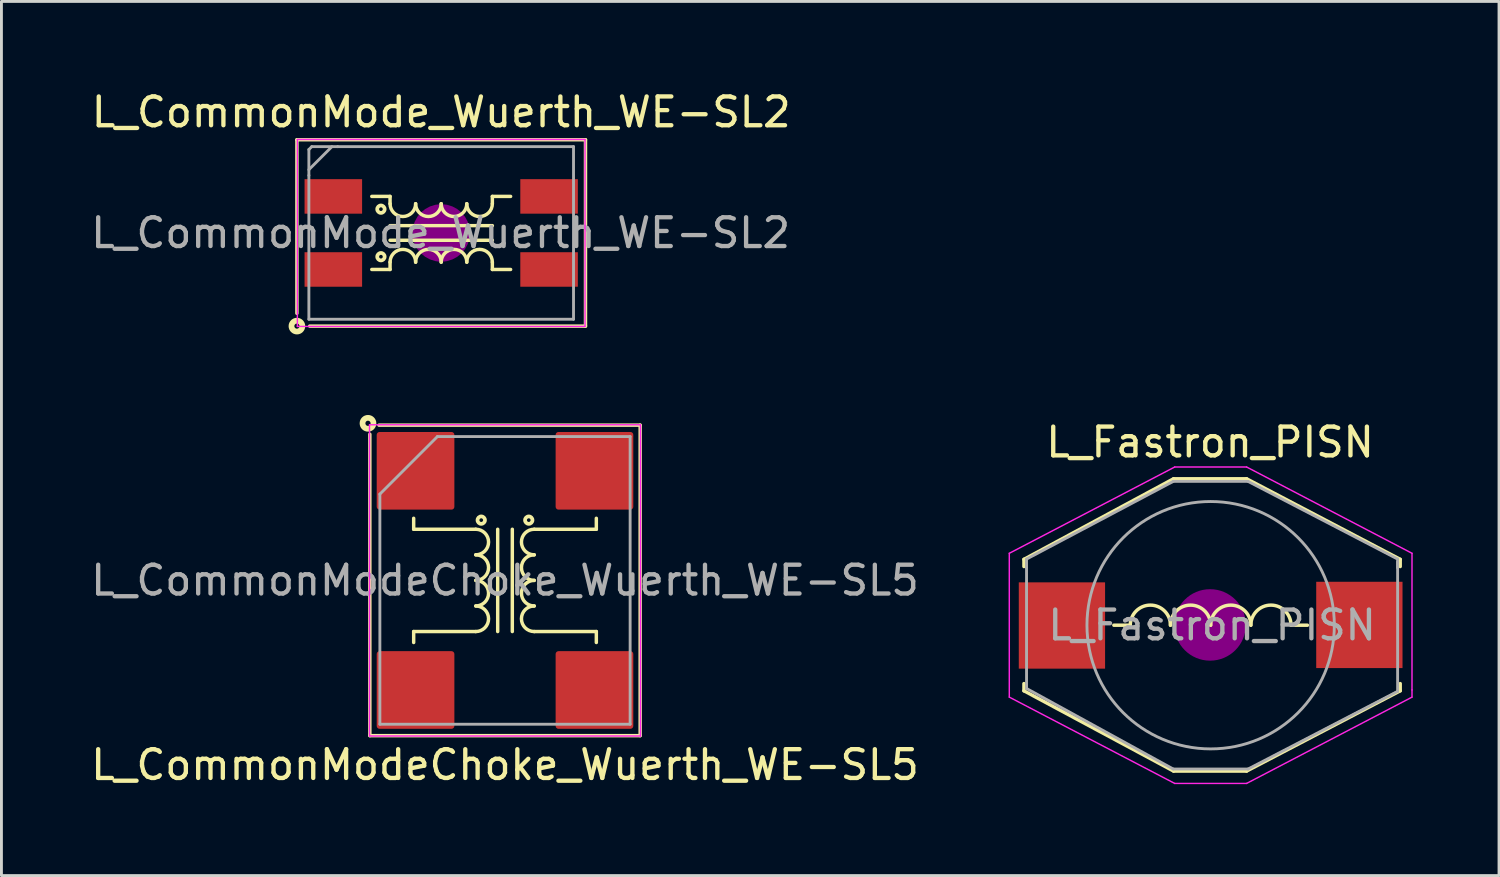
<source format=kicad_pcb>
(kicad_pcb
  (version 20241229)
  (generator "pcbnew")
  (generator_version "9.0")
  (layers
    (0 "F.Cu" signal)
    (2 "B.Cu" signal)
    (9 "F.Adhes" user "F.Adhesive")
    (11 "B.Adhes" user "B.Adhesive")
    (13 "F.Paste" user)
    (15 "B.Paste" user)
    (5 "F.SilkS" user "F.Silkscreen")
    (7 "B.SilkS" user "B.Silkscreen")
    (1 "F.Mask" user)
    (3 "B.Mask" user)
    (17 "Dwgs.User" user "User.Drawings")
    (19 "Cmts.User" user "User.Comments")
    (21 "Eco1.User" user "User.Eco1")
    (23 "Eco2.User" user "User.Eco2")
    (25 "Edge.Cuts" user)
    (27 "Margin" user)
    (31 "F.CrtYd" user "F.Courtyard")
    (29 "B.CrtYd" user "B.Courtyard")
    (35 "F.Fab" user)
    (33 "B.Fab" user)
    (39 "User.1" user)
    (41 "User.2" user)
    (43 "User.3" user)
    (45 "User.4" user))
  (footprint "L_Fastron_PISN"
    (layer "F.Cu")
    (at 39.037 18.685)
    (property "Reference" "L_Fastron_PISN" (at -0.02 -6.36 0) (layer "F.SilkS") (effects (font (size 1 1) (thickness 0.15))))
    (attr smd)
    (fp_line (start -6.49 -2.29) (end -6.49 -2.04) (stroke (width 0.12) (type solid)) (layer "F.SilkS"))
    (fp_line (start -6.49 2.28) (end -6.49 2.03) (stroke (width 0.12) (type solid)) (layer "F.SilkS"))
    (fp_line (start -3.365 0) (end -2.794 0) (stroke (width 0.12) (type solid)) (layer "F.SilkS"))
    (fp_line (start -1.29 -5.09) (end -6.49 -2.29) (stroke (width 0.12) (type solid)) (layer "F.SilkS"))
    (fp_line (start -1.29 -5.09) (end 1.25 -5.09) (stroke (width 0.12) (type solid)) (layer "F.SilkS"))
    (fp_line (start -1.29 5.07) (end -6.49 2.28) (stroke (width 0.12) (type solid)) (layer "F.SilkS"))
    (fp_line (start -1.29 5.07) (end 1.25 5.07) (stroke (width 0.12) (type solid)) (layer "F.SilkS"))
    (fp_line (start 1.25 -5.09) (end 6.59 -2.29) (stroke (width 0.12) (type solid)) (layer "F.SilkS"))
    (fp_line (start 1.25 5.07) (end 6.59 2.28) (stroke (width 0.12) (type solid)) (layer "F.SilkS"))
    (fp_line (start 2.794 0) (end 3.365 0) (stroke (width 0.12) (type solid)) (layer "F.SilkS"))
    (fp_line (start 6.59 -2.29) (end 6.59 -2.04) (stroke (width 0.12) (type solid)) (layer "F.SilkS"))
    (fp_line (start 6.59 2.28) (end 6.59 2.03) (stroke (width 0.12) (type solid)) (layer "F.SilkS"))
    (fp_arc (start -2.794 0) (mid -2.0955 -0.6985) (end -1.397 0) (stroke (width 0.12) (type solid)) (layer "F.SilkS"))
    (fp_arc (start -1.397 0) (mid -0.6985 -0.6985) (end 0 0) (stroke (width 0.12) (type solid)) (layer "F.SilkS"))
    (fp_arc (start 0 0) (mid 0.6985 -0.6985) (end 1.397 0) (stroke (width 0.12) (type solid)) (layer "F.SilkS"))
    (fp_arc (start 1.397 0) (mid 2.0955 -0.6985) (end 2.794 0) (stroke (width 0.12) (type solid)) (layer "F.SilkS"))
    (fp_line (start -0.02 -0.26) (end -0.02 0.25) (stroke (width 0.38) (type solid)) (layer "F.Adhes"))
    (fp_circle (center -0.02 -0.01) (end -0.02 0.5) (stroke (width 0.38) (type solid)) (fill no) (layer "F.Adhes"))
    (fp_circle (center -0.02 -0.01) (end 0.24 -0.01) (stroke (width 0.38) (type solid)) (fill no) (layer "F.Adhes"))
    (fp_circle (center -0.02 -0.01) (end 0.24 0.76) (stroke (width 0.38) (type solid)) (fill no) (layer "F.Adhes"))
    (fp_circle (center -0.02 -0.01) (end 0.24 1.01) (stroke (width 0.38) (type solid)) (fill no) (layer "F.Adhes"))
    (fp_line (start -7 -2.5) (end -1.25 -5.5) (stroke (width 0.05) (type solid)) (layer "F.CrtYd"))
    (fp_line (start -7 2.5) (end -7 -2.5) (stroke (width 0.05) (type solid)) (layer "F.CrtYd"))
    (fp_line (start -1.25 -5.5) (end 1.25 -5.5) (stroke (width 0.05) (type solid)) (layer "F.CrtYd"))
    (fp_line (start -1.25 5.5) (end -7 2.5) (stroke (width 0.05) (type solid)) (layer "F.CrtYd"))
    (fp_line (start 1.25 -5.5) (end 7 -2.5) (stroke (width 0.05) (type solid)) (layer "F.CrtYd"))
    (fp_line (start 1.25 5.5) (end -1.25 5.5) (stroke (width 0.05) (type solid)) (layer "F.CrtYd"))
    (fp_line (start 7 -2.5) (end 7 2.25) (stroke (width 0.05) (type solid)) (layer "F.CrtYd"))
    (fp_line (start 7 2.25) (end 7 2.5) (stroke (width 0.05) (type solid)) (layer "F.CrtYd"))
    (fp_line (start 7 2.5) (end 1.25 5.5) (stroke (width 0.05) (type solid)) (layer "F.CrtYd"))
    (fp_line (start -6.4 -2.3) (end -1.3 -5) (stroke (width 0.1) (type solid)) (layer "F.Fab"))
    (fp_line (start -6.4 -2) (end -6.4 -2.3) (stroke (width 0.1) (type solid)) (layer "F.Fab"))
    (fp_line (start -6.4 -2) (end -6.4 2.2) (stroke (width 0.1) (type solid)) (layer "F.Fab"))
    (fp_line (start -6.4 2.2) (end -1.3 5) (stroke (width 0.1) (type solid)) (layer "F.Fab"))
    (fp_line (start -1.3 -5) (end 1.3 -5) (stroke (width 0.1) (type solid)) (layer "F.Fab"))
    (fp_line (start -1.3 5) (end 1.3 5) (stroke (width 0.1) (type solid)) (layer "F.Fab"))
    (fp_line (start 1.3 -5) (end 6.5 -2.3) (stroke (width 0.1) (type solid)) (layer "F.Fab"))
    (fp_line (start 1.3 5) (end 6.5 2.3) (stroke (width 0.1) (type solid)) (layer "F.Fab"))
    (fp_line (start 6.5 -2.3) (end 6.5 -2) (stroke (width 0.1) (type solid)) (layer "F.Fab"))
    (fp_line (start 6.5 2.3) (end 6.5 -2.2) (stroke (width 0.1) (type solid)) (layer "F.Fab"))
    (fp_circle (center 0 0) (end 0 -4.3) (stroke (width 0.1) (type solid)) (fill no) (layer "F.Fab"))
    (fp_text user "${REFERENCE}" (at 0.05 0 0) (layer "F.Fab") (effects (font (size 1 1) (thickness 0.15))))
    (pad "1" smd rect (at 5.17 -0.01) (size 3 3) (layers "F.Cu" "F.Mask" "F.Paste"))
    (pad "2" smd rect (at -5.17 0.01) (size 3 3) (layers "F.Cu" "F.Mask" "F.Paste")))
  (footprint "L_CommonMode_Wuerth_WE-SL2"
    (layer "F.Cu")
    (at 12.288 5.048)
    (property "Reference" "L_CommonMode_Wuerth_WE-SL2" (at 0 -4.2 0) (layer "F.SilkS") (effects (font (size 1 1) (thickness 0.15))))
    (attr smd)
    (fp_line (start -5.016 -3.239) (end -5.016 2.794) (stroke (width 0.12) (type solid)) (layer "F.SilkS"))
    (fp_line (start -4.572 3.239) (end 5.016 3.239) (stroke (width 0.12) (type solid)) (layer "F.SilkS"))
    (fp_line (start -2.413 -1.27) (end -1.778 -1.27) (stroke (width 0.12) (type solid)) (layer "F.SilkS"))
    (fp_line (start -2.413 1.27) (end -1.778 1.27) (stroke (width 0.12) (type solid)) (layer "F.SilkS"))
    (fp_line (start -1.778 -1.016) (end -1.778 -1.27) (stroke (width 0.12) (type solid)) (layer "F.SilkS"))
    (fp_line (start -1.778 0.254) (end 1.778 0.254) (stroke (width 0.12) (type solid)) (layer "F.SilkS"))
    (fp_line (start -1.778 1.016) (end -1.778 1.27) (stroke (width 0.12) (type solid)) (layer "F.SilkS"))
    (fp_line (start 1.778 -1.27) (end 2.413 -1.27) (stroke (width 0.12) (type solid)) (layer "F.SilkS"))
    (fp_line (start 1.778 -1.016) (end 1.778 -1.27) (stroke (width 0.12) (type solid)) (layer "F.SilkS"))
    (fp_line (start 1.778 -0.254) (end -1.778 -0.254) (stroke (width 0.12) (type solid)) (layer "F.SilkS"))
    (fp_line (start 1.778 1.016) (end 1.778 1.27) (stroke (width 0.12) (type solid)) (layer "F.SilkS"))
    (fp_line (start 1.778 1.27) (end 2.413 1.27) (stroke (width 0.12) (type solid)) (layer "F.SilkS"))
    (fp_line (start 5.016 -3.239) (end -5.016 -3.239) (stroke (width 0.12) (type solid)) (layer "F.SilkS"))
    (fp_line (start 5.016 3.239) (end 5.016 -3.239) (stroke (width 0.12) (type solid)) (layer "F.SilkS"))
    (fp_arc (start -1.778 1.016) (mid -1.3335 0.5715) (end -0.889 1.016) (stroke (width 0.12) (type solid)) (layer "F.SilkS"))
    (fp_arc (start -0.889 -1.016) (mid -1.3335 -0.5715) (end -1.778 -1.016) (stroke (width 0.12) (type solid)) (layer "F.SilkS"))
    (fp_arc (start -0.889 1.016) (mid -0.4445 0.5715) (end 0 1.016) (stroke (width 0.12) (type solid)) (layer "F.SilkS"))
    (fp_arc (start 0 -1.016) (mid -0.4445 -0.5715) (end -0.889 -1.016) (stroke (width 0.12) (type solid)) (layer "F.SilkS"))
    (fp_arc (start 0 1.016) (mid 0.4445 0.5715) (end 0.889 1.016) (stroke (width 0.12) (type solid)) (layer "F.SilkS"))
    (fp_arc (start 0.889 -1.016) (mid 0.4445 -0.5715) (end 0 -1.016) (stroke (width 0.12) (type solid)) (layer "F.SilkS"))
    (fp_arc (start 0.889 1.016) (mid 1.3335 0.5715) (end 1.778 1.016) (stroke (width 0.12) (type solid)) (layer "F.SilkS"))
    (fp_arc (start 1.778 -1.016) (mid 1.3335 -0.5715) (end 0.889 -1.016) (stroke (width 0.12) (type solid)) (layer "F.SilkS"))
    (fp_circle (center -5.016 3.239) (end -4.927 3.239) (stroke (width 0.2) (type solid)) (fill no) (layer "F.SilkS"))
    (fp_circle (center -2.095 -0.826) (end -2.095 -0.762) (stroke (width 0.13) (type solid)) (fill no) (layer "F.SilkS"))
    (fp_circle (center -2.095 0.826) (end -2.095 0.762) (stroke (width 0.13) (type solid)) (fill no) (layer "F.SilkS"))
    (fp_circle (center 0 0) (end 0.5 0) (stroke (width 1) (type solid)) (fill no) (layer "F.Adhes"))
    (fp_line (start -5 -3.25) (end 5 -3.25) (stroke (width 0.05) (type solid)) (layer "F.CrtYd"))
    (fp_line (start -5 3.25) (end -5 -3.25) (stroke (width 0.05) (type solid)) (layer "F.CrtYd"))
    (fp_line (start 5 -3.25) (end 5 3.25) (stroke (width 0.05) (type solid)) (layer "F.CrtYd"))
    (fp_line (start 5 3.25) (end -5 3.25) (stroke (width 0.05) (type solid)) (layer "F.CrtYd"))
    (fp_line (start -4.6 -2.9) (end -4.5 -3) (stroke (width 0.1) (type solid)) (layer "F.Fab"))
    (fp_line (start -4.6 -2.2) (end -3.8 -3) (stroke (width 0.1) (type solid)) (layer "F.Fab"))
    (fp_line (start -4.6 -2) (end -4.6 -2.9) (stroke (width 0.1) (type solid)) (layer "F.Fab"))
    (fp_line (start -4.6 -2) (end -4.6 3) (stroke (width 0.1) (type solid)) (layer "F.Fab"))
    (fp_line (start -4.5 -3) (end -3.6 -3) (stroke (width 0.1) (type solid)) (layer "F.Fab"))
    (fp_line (start -3.6 -3) (end 4.6 -3) (stroke (width 0.1) (type solid)) (layer "F.Fab"))
    (fp_line (start 4.6 -3) (end 4.6 3) (stroke (width 0.1) (type solid)) (layer "F.Fab"))
    (fp_line (start 4.6 3) (end -4.6 3) (stroke (width 0.1) (type solid)) (layer "F.Fab"))
    (fp_text user "${REFERENCE}" (at -0.02 0 0) (layer "F.Fab") (effects (font (size 1 1) (thickness 0.15))))
    (pad "1" smd rect (at -3.75 -1.27) (size 2 1.2) (layers "F.Cu" "F.Mask" "F.Paste"))
    (pad "2" smd rect (at -3.75 1.27) (size 2 1.2) (layers "F.Cu" "F.Mask" "F.Paste"))
    (pad "3" smd rect (at 3.75 1.27) (size 2 1.2) (layers "F.Cu" "F.Mask" "F.Paste"))
    (pad "4" smd rect (at 3.75 -1.27) (size 2 1.2) (layers "F.Cu" "F.Mask" "F.Paste")))
  (footprint "L_CommonModeChoke_Wuerth_WE-SL5"
    (layer "F.Cu")
    (at 14.506 17.127)
    (property "Reference" "L_CommonModeChoke_Wuerth_WE-SL5" (at 0 6.413 0) (layer "F.SilkS") (effects (font (size 1 1) (thickness 0.15))))
    (attr smd)
    (fp_line (start -4.699 5.397) (end -4.699 -5.08) (stroke (width 0.12) (type solid)) (layer "F.SilkS"))
    (fp_line (start -4.699 5.397) (end 4.699 5.397) (stroke (width 0.12) (type solid)) (layer "F.SilkS"))
    (fp_line (start -3.175 -1.778) (end -3.175 -2.159) (stroke (width 0.12) (type solid)) (layer "F.SilkS"))
    (fp_line (start -3.175 1.778) (end -3.175 2.159) (stroke (width 0.12) (type solid)) (layer "F.SilkS"))
    (fp_line (start -1.016 -1.778) (end -3.175 -1.778) (stroke (width 0.12) (type solid)) (layer "F.SilkS"))
    (fp_line (start -1.016 1.778) (end -3.175 1.778) (stroke (width 0.12) (type solid)) (layer "F.SilkS"))
    (fp_line (start -0.254 -1.778) (end -0.254 1.778) (stroke (width 0.12) (type solid)) (layer "F.SilkS"))
    (fp_line (start 0.254 1.778) (end 0.254 -1.778) (stroke (width 0.12) (type solid)) (layer "F.SilkS"))
    (fp_line (start 1.016 -1.778) (end 3.175 -1.778) (stroke (width 0.12) (type solid)) (layer "F.SilkS"))
    (fp_line (start 1.016 1.778) (end 3.175 1.778) (stroke (width 0.12) (type solid)) (layer "F.SilkS"))
    (fp_line (start 3.175 -1.778) (end 3.175 -2.159) (stroke (width 0.12) (type solid)) (layer "F.SilkS"))
    (fp_line (start 3.175 1.778) (end 3.175 2.159) (stroke (width 0.12) (type solid)) (layer "F.SilkS"))
    (fp_line (start 4.699 -5.397) (end -4.381 -5.397) (stroke (width 0.12) (type solid)) (layer "F.SilkS"))
    (fp_line (start 4.699 5.397) (end 4.699 -5.397) (stroke (width 0.12) (type solid)) (layer "F.SilkS"))
    (fp_arc (start -1.016 -1.778) (mid -0.5715 -1.3335) (end -1.016 -0.889) (stroke (width 0.12) (type solid)) (layer "F.SilkS"))
    (fp_arc (start -1.016 -0.889) (mid -0.5715 -0.4445) (end -1.016 0) (stroke (width 0.12) (type solid)) (layer "F.SilkS"))
    (fp_arc (start -1.016 0) (mid -0.5715 0.4445) (end -1.016 0.889) (stroke (width 0.12) (type solid)) (layer "F.SilkS"))
    (fp_arc (start -1.016 0.889) (mid -0.5715 1.3335) (end -1.016 1.778) (stroke (width 0.12) (type solid)) (layer "F.SilkS"))
    (fp_arc (start 1.016 -0.889) (mid 0.5715 -1.3335) (end 1.016 -1.778) (stroke (width 0.12) (type solid)) (layer "F.SilkS"))
    (fp_arc (start 1.016 0) (mid 0.5715 -0.4445) (end 1.016 -0.889) (stroke (width 0.12) (type solid)) (layer "F.SilkS"))
    (fp_arc (start 1.016 0.889) (mid 0.5715 0.4445) (end 1.016 0) (stroke (width 0.12) (type solid)) (layer "F.SilkS"))
    (fp_arc (start 1.016 1.778) (mid 0.5715 1.3335) (end 1.016 0.889) (stroke (width 0.12) (type solid)) (layer "F.SilkS"))
    (fp_circle (center -4.763 -5.461) (end -4.673 -5.461) (stroke (width 0.2) (type solid)) (fill no) (layer "F.SilkS"))
    (fp_circle (center -0.826 -2.095) (end -0.762 -2.095) (stroke (width 0.13) (type solid)) (fill no) (layer "F.SilkS"))
    (fp_circle (center 0.826 -2.095) (end 0.762 -2.095) (stroke (width 0.13) (type solid)) (fill no) (layer "F.SilkS"))
    (fp_line (start -4.71 -5.41) (end 4.71 -5.41) (stroke (width 0.05) (type solid)) (layer "F.CrtYd"))
    (fp_line (start -4.71 5.41) (end -4.71 -5.41) (stroke (width 0.05) (type solid)) (layer "F.CrtYd"))
    (fp_line (start -4.71 5.41) (end 4.71 5.41) (stroke (width 0.05) (type solid)) (layer "F.CrtYd"))
    (fp_line (start 4.71 5.41) (end 4.71 -5.41) (stroke (width 0.05) (type solid)) (layer "F.CrtYd"))
    (fp_line (start -4.35 -3) (end -2.35 -5) (stroke (width 0.1) (type solid)) (layer "F.Fab"))
    (fp_line (start -4.35 5) (end -4.35 -3) (stroke (width 0.1) (type solid)) (layer "F.Fab"))
    (fp_line (start -2.35 -5) (end 4.35 -5) (stroke (width 0.1) (type solid)) (layer "F.Fab"))
    (fp_line (start 4.35 -5) (end 4.35 5) (stroke (width 0.1) (type solid)) (layer "F.Fab"))
    (fp_line (start 4.35 5) (end -4.35 5) (stroke (width 0.1) (type solid)) (layer "F.Fab"))
    (fp_text user "${REFERENCE}" (at 0 0 0) (layer "F.Fab") (effects (font (size 1 1) (thickness 0.15))))
    (pad "1" smd roundrect (at -3.11 -3.81 90) (size 2.7 2.7) (layers "F.Cu" "F.Mask" "F.Paste") (roundrect_rratio 0.037))
    (pad "2" smd roundrect (at -3.11 3.81 90) (size 2.7 2.7) (layers "F.Cu" "F.Mask" "F.Paste") (roundrect_rratio 0.037))
    (pad "3" smd roundrect (at 3.11 3.81 90) (size 2.7 2.7) (layers "F.Cu" "F.Mask" "F.Paste") (roundrect_rratio 0.037))
    (pad "4" smd roundrect (at 3.11 -3.81 90) (size 2.7 2.7) (layers "F.Cu" "F.Mask" "F.Paste") (roundrect_rratio 0.037)))
  (gr_rect
    (start -3 -3)
    (end 49.062 27.389)
    (stroke (width 0.1) (type default))
    (fill no)
    (layer "Edge.Cuts")))
</source>
